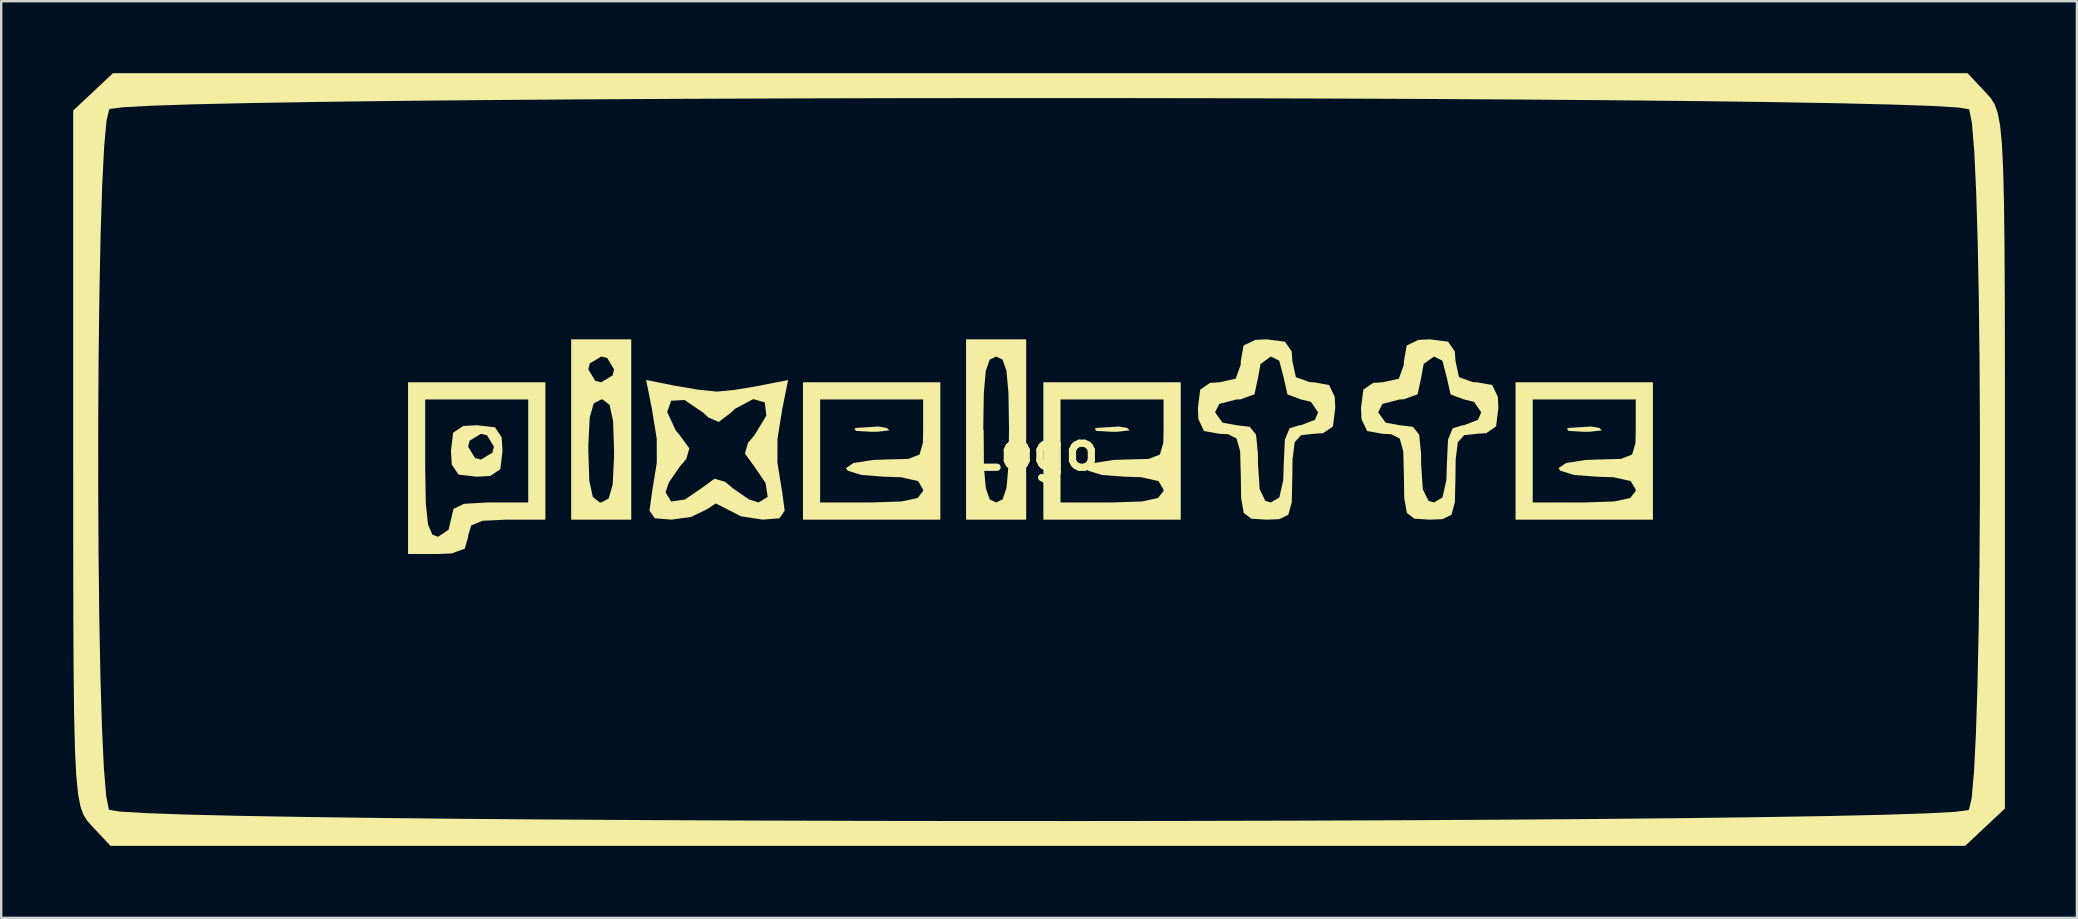
<source format=kicad_pcb>
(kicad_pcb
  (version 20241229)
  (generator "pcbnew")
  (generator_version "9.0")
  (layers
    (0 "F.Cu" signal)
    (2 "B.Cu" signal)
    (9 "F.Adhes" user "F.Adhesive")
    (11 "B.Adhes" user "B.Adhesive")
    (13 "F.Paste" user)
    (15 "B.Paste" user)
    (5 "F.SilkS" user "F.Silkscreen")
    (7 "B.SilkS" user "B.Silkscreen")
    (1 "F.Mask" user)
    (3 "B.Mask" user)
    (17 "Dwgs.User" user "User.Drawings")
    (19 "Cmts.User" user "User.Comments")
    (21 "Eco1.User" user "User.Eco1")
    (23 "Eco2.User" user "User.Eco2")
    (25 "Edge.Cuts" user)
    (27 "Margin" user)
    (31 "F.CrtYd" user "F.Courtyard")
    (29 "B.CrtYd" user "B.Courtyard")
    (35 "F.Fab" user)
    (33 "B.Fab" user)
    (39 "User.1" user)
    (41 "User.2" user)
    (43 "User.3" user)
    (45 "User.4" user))
  (footprint "Logo"
    (layer "F.Cu")
    (at 40.068 15.741)
    (property "Reference" "Logo" (at 0 0 0) (layer "F.SilkS") (effects (font (size 1.5 1.5) (thickness 0.3))))
    (attr board_only exclude_from_pos_files exclude_from_bom)
    (fp_poly (pts (xy -6.171 -0.962) (xy -6.06 -0.858) (xy -6.554 -0.802) (xy -6.797 -0.798) (xy -7.448 -0.836) (xy -7.525 -0.929) (xy -7.423 -0.962) (xy -6.516 -1.018)) (stroke (width 0) (type solid)) (fill yes) (layer "F.SilkS"))
    (fp_poly (pts (xy 3.846 -0.962) (xy 3.957 -0.858) (xy 3.462 -0.802) (xy 3.22 -0.798) (xy 2.569 -0.836) (xy 2.492 -0.929) (xy 2.594 -0.962) (xy 3.501 -1.018)) (stroke (width 0) (type solid)) (fill yes) (layer "F.SilkS"))
    (fp_poly (pts (xy 23.522 -0.962) (xy 23.633 -0.858) (xy 23.138 -0.802) (xy 22.896 -0.798) (xy 22.245 -0.836) (xy 22.168 -0.929) (xy 22.27 -0.962) (xy 23.177 -1.018)) (stroke (width 0) (type solid)) (fill yes) (layer "F.SilkS"))
    (fp_poly (pts (xy -22.493 -0.985) (xy -22.213 -0.566) (xy -22.18 0) (xy -22.269 0.76) (xy -22.687 1.04) (xy -23.254 1.073) (xy -24.014 0.985) (xy -24.294 0.566) (xy -24.327 0) (xy -24.306 -0.179) (xy -23.611 -0.179) (xy -23.325 0.295) (xy -23.075 0.358) (xy -22.6 0.071) (xy -22.538 -0.179) (xy -22.824 -0.653) (xy -23.075 -0.715) (xy -23.549 -0.429) (xy -23.611 -0.179) (xy -24.306 -0.179) (xy -24.238 -0.76) (xy -23.82 -1.04) (xy -23.254 -1.073)) (stroke (width 0) (type solid)) (fill yes) (layer "F.SilkS"))
    (fp_poly (pts (xy -0.358 -0.894) (xy -0.358 2.862) (xy -1.61 2.862) (xy -2.862 2.862) (xy -2.862 -0.894) (xy -2.146 -0.894) (xy -2.124 0.626) (xy -2.04 1.556) (xy -1.874 2.022) (xy -1.61 2.146) (xy -1.342 2.017) (xy -1.177 1.544) (xy -1.095 0.604) (xy -1.073 -0.894) (xy -1.096 -2.415) (xy -1.18 -3.345) (xy -1.345 -3.81) (xy -1.61 -3.935) (xy -1.878 -3.805) (xy -2.042 -3.333) (xy -2.124 -2.393) (xy -2.146 -0.894) (xy -2.862 -0.894) (xy -2.862 -4.651) (xy -1.61 -4.651) (xy -0.358 -4.651)) (stroke (width 0) (type solid)) (fill yes) (layer "F.SilkS"))
    (fp_poly (pts (xy -20.392 0) (xy -20.392 2.862) (xy -22.001 2.862) (xy -23.007 2.909) (xy -23.483 3.103) (xy -23.611 3.526) (xy -23.611 3.577) (xy -23.751 4.071) (xy -24.298 4.27) (xy -24.863 4.293) (xy -26.115 4.293) (xy -26.115 0.715) (xy -26.115 -2.146) (xy -25.4 -2.146) (xy -25.4 0.715) (xy -25.375 2.184) (xy -25.283 3.065) (xy -25.101 3.486) (xy -24.863 3.577) (xy -24.426 3.279) (xy -24.327 2.862) (xy -24.221 2.415) (xy -23.784 2.203) (xy -22.833 2.147) (xy -22.717 2.146) (xy -21.107 2.146) (xy -21.107 0) (xy -21.107 -2.146) (xy -23.254 -2.146) (xy -25.4 -2.146) (xy -26.115 -2.146) (xy -26.115 -2.862) (xy -23.254 -2.862) (xy -20.392 -2.862)) (stroke (width 0) (type solid)) (fill yes) (layer "F.SilkS"))
    (fp_poly (pts (xy -3.935 0) (xy -3.935 2.862) (xy -6.797 2.862) (xy -9.659 2.862) (xy -9.659 0) (xy -9.659 -2.146) (xy -8.944 -2.146) (xy -8.944 0) (xy -8.944 2.146) (xy -6.797 2.146) (xy -5.551 2.105) (xy -4.882 1.959) (xy -4.655 1.675) (xy -4.651 1.61) (xy -4.861 1.256) (xy -5.578 1.095) (xy -6.261 1.073) (xy -7.221 1.002) (xy -7.797 0.822) (xy -7.87 0.715) (xy -7.551 0.502) (xy -6.742 0.374) (xy -6.261 0.358) (xy -5.271 0.331) (xy -4.803 0.15) (xy -4.661 -0.337) (xy -4.651 -0.894) (xy -4.651 -2.146) (xy -6.797 -2.146) (xy -8.944 -2.146) (xy -9.659 -2.146) (xy -9.659 -2.862) (xy -6.797 -2.862) (xy -3.935 -2.862)) (stroke (width 0) (type solid)) (fill yes) (layer "F.SilkS"))
    (fp_poly (pts (xy 6.082 0) (xy 6.082 2.862) (xy 3.22 2.862) (xy 0.358 2.862) (xy 0.358 0) (xy 0.358 -2.146) (xy 1.073 -2.146) (xy 1.073 0) (xy 1.073 2.146) (xy 3.22 2.146) (xy 4.466 2.105) (xy 5.135 1.959) (xy 5.362 1.675) (xy 5.366 1.61) (xy 5.156 1.256) (xy 4.439 1.095) (xy 3.756 1.073) (xy 2.796 1.002) (xy 2.22 0.822) (xy 2.146 0.715) (xy 2.466 0.502) (xy 3.275 0.374) (xy 3.756 0.358) (xy 4.746 0.331) (xy 5.214 0.15) (xy 5.356 -0.337) (xy 5.366 -0.894) (xy 5.366 -2.146) (xy 3.22 -2.146) (xy 1.073 -2.146) (xy 0.358 -2.146) (xy 0.358 -2.862) (xy 3.22 -2.862) (xy 6.082 -2.862)) (stroke (width 0) (type solid)) (fill yes) (layer "F.SilkS"))
    (fp_poly (pts (xy 25.758 0) (xy 25.758 2.862) (xy 22.896 2.862) (xy 20.034 2.862) (xy 20.034 0) (xy 20.034 -2.146) (xy 20.749 -2.146) (xy 20.749 0) (xy 20.749 2.146) (xy 22.896 2.146) (xy 24.142 2.105) (xy 24.811 1.959) (xy 25.038 1.675) (xy 25.042 1.61) (xy 24.832 1.256) (xy 24.115 1.095) (xy 23.432 1.073) (xy 22.472 1.002) (xy 21.896 0.822) (xy 21.823 0.715) (xy 22.142 0.502) (xy 22.951 0.374) (xy 23.432 0.358) (xy 24.422 0.331) (xy 24.89 0.15) (xy 25.032 -0.337) (xy 25.042 -0.894) (xy 25.042 -2.146) (xy 22.896 -2.146) (xy 20.749 -2.146) (xy 20.034 -2.146) (xy 20.034 -2.862) (xy 22.896 -2.862) (xy 25.758 -2.862)) (stroke (width 0) (type solid)) (fill yes) (layer "F.SilkS"))
    (fp_poly (pts (xy -16.814 -0.894) (xy -16.814 2.862) (xy -18.066 2.862) (xy -19.318 2.862) (xy -19.318 0) (xy -18.603 0) (xy -18.562 1.246) (xy -18.416 1.916) (xy -18.131 2.142) (xy -18.066 2.146) (xy -17.755 1.982) (xy -17.587 1.397) (xy -17.531 0.259) (xy -17.53 0) (xy -17.571 -1.246) (xy -17.717 -1.916) (xy -18.002 -2.142) (xy -18.066 -2.146) (xy -18.378 -1.982) (xy -18.545 -1.397) (xy -18.602 -0.259) (xy -18.603 0) (xy -19.318 0) (xy -19.318 -0.894) (xy -19.318 -3.399) (xy -18.603 -3.399) (xy -18.316 -2.924) (xy -18.066 -2.862) (xy -17.592 -3.148) (xy -17.53 -3.399) (xy -17.816 -3.873) (xy -18.066 -3.935) (xy -18.54 -3.649) (xy -18.603 -3.399) (xy -19.318 -3.399) (xy -19.318 -4.651) (xy -18.066 -4.651) (xy -16.814 -4.651)) (stroke (width 0) (type solid)) (fill yes) (layer "F.SilkS"))
    (fp_poly (pts (xy -10.521 -1.747) (xy -10.721 -0.506) (xy -10.723 0.496) (xy -10.527 1.699) (xy -10.42 2.49) (xy -10.641 2.805) (xy -11.336 2.862) (xy -12.242 2.723) (xy -12.807 2.433) (xy -13.294 2.188) (xy -13.666 2.433) (xy -14.32 2.749) (xy -15.138 2.862) (xy -15.835 2.805) (xy -16.054 2.487) (xy -15.95 1.727) (xy -15.383 1.727) (xy -15.151 2.108) (xy -14.569 2.019) (xy -13.891 1.554) (xy -13.346 1.159) (xy -12.901 1.284) (xy -12.582 1.554) (xy -11.917 2.015) (xy -11.509 2.146) (xy -11.129 1.914) (xy -11.218 1.333) (xy -11.682 0.654) (xy -12.078 0.109) (xy -11.952 -0.335) (xy -11.682 -0.654) (xy -11.185 -1.473) (xy -11.248 -2.021) (xy -11.727 -2.162) (xy -12.48 -1.764) (xy -12.674 -1.584) (xy -13.169 -1.209) (xy -13.598 -1.393) (xy -13.799 -1.584) (xy -14.594 -2.124) (xy -15.148 -2.093) (xy -15.318 -1.626) (xy -14.96 -0.857) (xy -14.791 -0.654) (xy -14.395 -0.109) (xy -14.521 0.335) (xy -14.791 0.654) (xy -15.252 1.32) (xy -15.383 1.727) (xy -15.95 1.727) (xy -15.946 1.699) (xy -15.75 0.489) (xy -15.753 -0.513) (xy -15.953 -1.747) (xy -16.194 -2.957) (xy -14.984 -2.716) (xy -13.996 -2.549) (xy -13.261 -2.475) (xy -13.237 -2.475) (xy -12.527 -2.542) (xy -11.542 -2.706) (xy -11.49 -2.716) (xy -10.279 -2.957)) (stroke (width 0) (type solid)) (fill yes) (layer "F.SilkS"))
    (fp_poly (pts (xy 10.426 -4.554) (xy 10.707 -4.145) (xy 10.732 -3.756) (xy 10.88 -3.076) (xy 11.462 -2.866) (xy 11.627 -2.862) (xy 12.266 -2.746) (xy 12.5 -2.255) (xy 12.521 -1.789) (xy 12.425 -1.022) (xy 12.016 -0.741) (xy 11.627 -0.715) (xy 11.096 -0.657) (xy 10.831 -0.362) (xy 10.741 0.355) (xy 10.732 1.073) (xy 10.709 2.132) (xy 10.565 2.66) (xy 10.189 2.842) (xy 9.659 2.862) (xy 9.024 2.823) (xy 8.707 2.583) (xy 8.598 1.957) (xy 8.586 1.073) (xy 8.557 0.012) (xy 8.409 -0.518) (xy 8.05 -0.699) (xy 7.692 -0.715) (xy 7.052 -0.831) (xy 6.819 -1.322) (xy 6.805 -1.61) (xy 7.513 -1.61) (xy 7.824 -1.178) (xy 8.407 -1.073) (xy 8.959 -1.007) (xy 9.22 -0.679) (xy 9.298 0.102) (xy 9.301 0.537) (xy 9.372 1.598) (xy 9.61 2.081) (xy 9.838 2.146) (xy 10.192 1.936) (xy 10.353 1.219) (xy 10.375 0.537) (xy 10.421 -0.469) (xy 10.616 -0.945) (xy 11.039 -1.073) (xy 11.09 -1.073) (xy 11.673 -1.297) (xy 11.806 -1.61) (xy 11.507 -2.047) (xy 11.09 -2.146) (xy 10.529 -2.356) (xy 10.375 -3.041) (xy 10.188 -3.76) (xy 9.838 -3.935) (xy 9.406 -3.624) (xy 9.301 -3.041) (xy 9.154 -2.36) (xy 8.572 -2.15) (xy 8.407 -2.146) (xy 7.688 -1.96) (xy 7.513 -1.61) (xy 6.805 -1.61) (xy 6.797 -1.789) (xy 6.893 -2.556) (xy 7.303 -2.836) (xy 7.692 -2.862) (xy 8.372 -3.01) (xy 8.582 -3.592) (xy 8.586 -3.756) (xy 8.701 -4.396) (xy 9.192 -4.629) (xy 9.659 -4.651)) (stroke (width 0) (type solid)) (fill yes) (layer "F.SilkS"))
    (fp_poly (pts (xy 17.223 -4.554) (xy 17.504 -4.145) (xy 17.53 -3.756) (xy 17.677 -3.076) (xy 18.259 -2.866) (xy 18.424 -2.862) (xy 19.063 -2.746) (xy 19.297 -2.255) (xy 19.318 -1.789) (xy 19.222 -1.022) (xy 18.813 -0.741) (xy 18.424 -0.715) (xy 17.893 -0.657) (xy 17.628 -0.362) (xy 17.538 0.355) (xy 17.53 1.073) (xy 17.506 2.132) (xy 17.362 2.66) (xy 16.986 2.842) (xy 16.456 2.862) (xy 15.821 2.823) (xy 15.504 2.583) (xy 15.395 1.957) (xy 15.383 1.073) (xy 15.354 0.012) (xy 15.206 -0.518) (xy 14.848 -0.699) (xy 14.489 -0.715) (xy 13.85 -0.831) (xy 13.616 -1.322) (xy 13.603 -1.61) (xy 14.31 -1.61) (xy 14.621 -1.178) (xy 15.204 -1.073) (xy 15.756 -1.007) (xy 16.018 -0.679) (xy 16.095 0.102) (xy 16.099 0.537) (xy 16.169 1.598) (xy 16.408 2.081) (xy 16.635 2.146) (xy 16.989 1.936) (xy 17.15 1.219) (xy 17.172 0.537) (xy 17.219 -0.469) (xy 17.413 -0.945) (xy 17.836 -1.073) (xy 17.887 -1.073) (xy 18.47 -1.297) (xy 18.603 -1.61) (xy 18.305 -2.047) (xy 17.887 -2.146) (xy 17.326 -2.356) (xy 17.172 -3.041) (xy 16.985 -3.76) (xy 16.635 -3.935) (xy 16.204 -3.624) (xy 16.099 -3.041) (xy 15.951 -2.36) (xy 15.369 -2.15) (xy 15.204 -2.146) (xy 14.485 -1.96) (xy 14.31 -1.61) (xy 13.603 -1.61) (xy 13.594 -1.789) (xy 13.691 -2.556) (xy 14.1 -2.836) (xy 14.489 -2.862) (xy 15.17 -3.01) (xy 15.379 -3.592) (xy 15.383 -3.756) (xy 15.499 -4.396) (xy 15.99 -4.629) (xy 16.456 -4.651)) (stroke (width 0) (type solid)) (fill yes) (layer "F.SilkS"))
    (fp_poly (pts (xy 39.647 -14.913) (xy 39.841 -14.694) (xy 39.999 -14.442) (xy 40.125 -14.088) (xy 40.224 -13.564) (xy 40.299 -12.801) (xy 40.352 -11.731) (xy 40.388 -10.284) (xy 40.409 -8.392) (xy 40.421 -5.987) (xy 40.425 -2.999) (xy 40.425 0.408) (xy 40.425 14.901) (xy 39.597 15.678) (xy 38.769 16.456) (xy 0.129 16.456) (xy -38.512 16.456) (xy -39.29 15.628) (xy -39.483 15.409) (xy -39.641 15.157) (xy -39.768 14.804) (xy -39.866 14.28) (xy -39.941 13.517) (xy -39.994 12.446) (xy -40.03 10.999) (xy -40.052 9.108) (xy -40.063 6.702) (xy -40.067 3.715) (xy -40.067 1.568) (xy -39.026 1.568) (xy -39.011 4.353) (xy -38.98 7.004) (xy -38.933 9.426) (xy -38.869 11.523) (xy -38.79 13.203) (xy -38.694 14.369) (xy -38.583 14.929) (xy -38.565 14.954) (xy -38.143 15.025) (xy -37.061 15.09) (xy -35.379 15.15) (xy -33.151 15.204) (xy -30.434 15.251) (xy -27.287 15.293) (xy -23.765 15.329) (xy -19.925 15.359) (xy -15.825 15.383) (xy -11.52 15.401) (xy -7.068 15.414) (xy -2.526 15.42) (xy 2.05 15.421) (xy 6.603 15.415) (xy 11.075 15.404) (xy 15.411 15.387) (xy 19.553 15.364) (xy 23.445 15.335) (xy 27.029 15.3) (xy 30.249 15.259) (xy 33.048 15.213) (xy 35.369 15.16) (xy 37.156 15.102) (xy 38.351 15.037) (xy 38.897 14.967) (xy 38.923 14.954) (xy 39.037 14.49) (xy 39.135 13.405) (xy 39.217 11.794) (xy 39.282 9.75) (xy 39.332 7.37) (xy 39.365 4.746) (xy 39.383 1.974) (xy 39.384 -0.852) (xy 39.369 -3.638) (xy 39.338 -6.289) (xy 39.291 -8.71) (xy 39.227 -10.808) (xy 39.148 -12.487) (xy 39.052 -13.654) (xy 38.94 -14.213) (xy 38.923 -14.238) (xy 38.5 -14.31) (xy 37.419 -14.375) (xy 35.736 -14.434) (xy 33.508 -14.488) (xy 30.792 -14.536) (xy 27.645 -14.578) (xy 24.123 -14.613) (xy 20.283 -14.643) (xy 16.182 -14.668) (xy 11.878 -14.686) (xy 7.426 -14.698) (xy 2.884 -14.705) (xy -1.692 -14.705) (xy -6.245 -14.7) (xy -10.718 -14.688) (xy -15.053 -14.671) (xy -19.195 -14.648) (xy -23.087 -14.619) (xy -26.671 -14.585) (xy -29.891 -14.544) (xy -32.69 -14.497) (xy -35.011 -14.445) (xy -36.798 -14.386) (xy -37.993 -14.322) (xy -38.54 -14.252) (xy -38.565 -14.238) (xy -38.679 -13.774) (xy -38.777 -12.689) (xy -38.859 -11.078) (xy -38.925 -9.035) (xy -38.974 -6.654) (xy -39.008 -4.031) (xy -39.025 -1.258) (xy -39.026 1.568) (xy -40.067 1.568) (xy -40.068 0.308) (xy -40.068 -14.185) (xy -39.24 -14.963) (xy -38.412 -15.741) (xy 0.229 -15.741) (xy 38.87 -15.741)) (stroke (width 0) (type solid)) (fill yes) (layer "F.SilkS")))
  (gr_rect
    (start -3 -3)
    (end 83.493 35.197)
    (stroke (width 0.1) (type default))
    (fill no)
    (layer "Edge.Cuts")))
</source>
